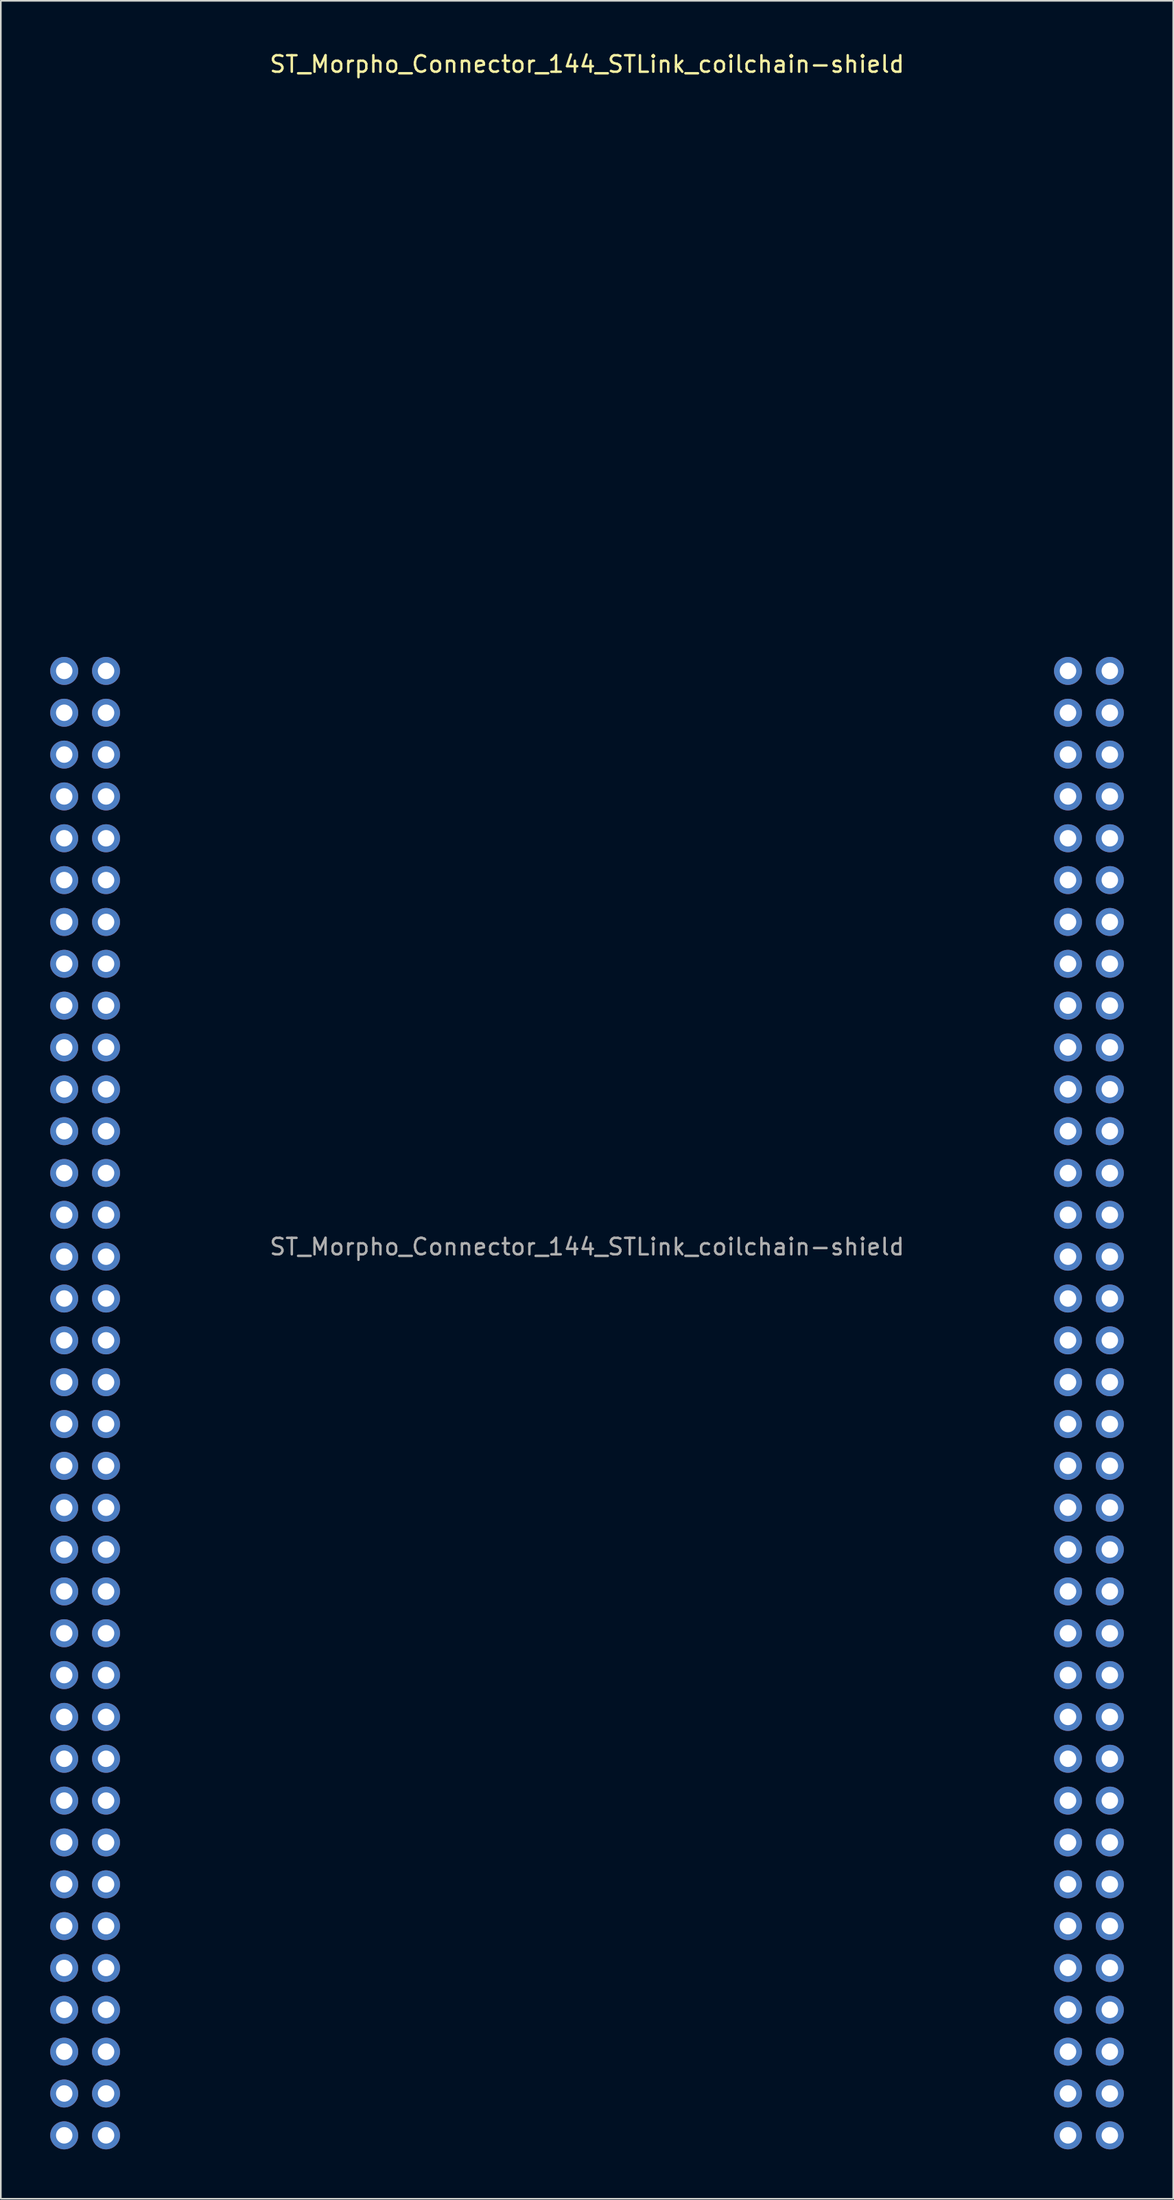
<source format=kicad_pcb>
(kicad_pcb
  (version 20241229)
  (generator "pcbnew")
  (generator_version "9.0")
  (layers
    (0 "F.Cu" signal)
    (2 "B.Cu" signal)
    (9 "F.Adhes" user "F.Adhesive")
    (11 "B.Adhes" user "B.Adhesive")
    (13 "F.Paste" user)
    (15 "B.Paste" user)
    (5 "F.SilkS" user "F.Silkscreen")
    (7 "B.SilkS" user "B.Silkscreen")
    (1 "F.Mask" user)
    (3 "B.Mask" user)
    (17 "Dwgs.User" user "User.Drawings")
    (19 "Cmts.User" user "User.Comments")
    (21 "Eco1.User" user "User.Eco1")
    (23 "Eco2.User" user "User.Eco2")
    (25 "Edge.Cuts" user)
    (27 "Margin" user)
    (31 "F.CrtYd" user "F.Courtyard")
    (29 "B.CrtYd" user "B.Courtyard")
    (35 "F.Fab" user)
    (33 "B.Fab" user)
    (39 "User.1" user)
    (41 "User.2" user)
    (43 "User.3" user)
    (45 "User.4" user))
  (footprint "ST_Morpho_Connector_144_STLink_coilchain-shield"
    (layer "F.Cu")
    (at 0.85 37.678)
    (property "Reference" "ST_Morpho_Connector_144_STLink_coilchain-shield" (at 31.75 -36.83 0) (layer "F.SilkS") (effects (font (size 1 1) (thickness 0.15))))
    (attr through_hole)
    (fp_text user "${REFERENCE}" (at 31.75 34.96 0) (layer "F.Fab") (effects (font (size 1 1) (thickness 0.15))))
    (pad "1" thru_hole circle (at 0 0) (size 1.7 1.7) (drill 1) (layers "*.Cu" "*.Mask"))
    (pad "2" thru_hole circle (at 2.54 0) (size 1.7 1.7) (drill 1) (layers "*.Cu" "*.Mask"))
    (pad "3" thru_hole circle (at 0 2.54) (size 1.7 1.7) (drill 1) (layers "*.Cu" "*.Mask"))
    (pad "4" thru_hole circle (at 2.54 2.54) (size 1.7 1.7) (drill 1) (layers "*.Cu" "*.Mask"))
    (pad "5" thru_hole circle (at 0 5.08) (size 1.7 1.7) (drill 1) (layers "*.Cu" "*.Mask"))
    (pad "6" thru_hole circle (at 2.54 5.08) (size 1.7 1.7) (drill 1) (layers "*.Cu" "*.Mask"))
    (pad "7" thru_hole circle (at 0 7.62) (size 1.7 1.7) (drill 1) (layers "*.Cu" "*.Mask"))
    (pad "8" thru_hole circle (at 2.54 7.62) (size 1.7 1.7) (drill 1) (layers "*.Cu" "*.Mask"))
    (pad "9" thru_hole circle (at 0 10.16) (size 1.7 1.7) (drill 1) (layers "*.Cu" "*.Mask"))
    (pad "10" thru_hole circle (at 2.54 10.16) (size 1.7 1.7) (drill 1) (layers "*.Cu" "*.Mask"))
    (pad "11" thru_hole circle (at 0 12.7) (size 1.7 1.7) (drill 1) (layers "*.Cu" "*.Mask"))
    (pad "12" thru_hole circle (at 2.54 12.7) (size 1.7 1.7) (drill 1) (layers "*.Cu" "*.Mask"))
    (pad "13" thru_hole circle (at 0 15.24) (size 1.7 1.7) (drill 1) (layers "*.Cu" "*.Mask"))
    (pad "14" thru_hole circle (at 2.54 15.24) (size 1.7 1.7) (drill 1) (layers "*.Cu" "*.Mask"))
    (pad "15" thru_hole circle (at 0 17.78) (size 1.7 1.7) (drill 1) (layers "*.Cu" "*.Mask"))
    (pad "16" thru_hole circle (at 2.54 17.78) (size 1.7 1.7) (drill 1) (layers "*.Cu" "*.Mask"))
    (pad "17" thru_hole circle (at 0 20.32) (size 1.7 1.7) (drill 1) (layers "*.Cu" "*.Mask"))
    (pad "18" thru_hole circle (at 2.54 20.32) (size 1.7 1.7) (drill 1) (layers "*.Cu" "*.Mask"))
    (pad "19" thru_hole circle (at 0 22.86) (size 1.7 1.7) (drill 1) (layers "*.Cu" "*.Mask"))
    (pad "20" thru_hole circle (at 2.54 22.86) (size 1.7 1.7) (drill 1) (layers "*.Cu" "*.Mask"))
    (pad "21" thru_hole circle (at 0 25.4) (size 1.7 1.7) (drill 1) (layers "*.Cu" "*.Mask"))
    (pad "22" thru_hole circle (at 2.54 25.4) (size 1.7 1.7) (drill 1) (layers "*.Cu" "*.Mask"))
    (pad "23" thru_hole circle (at 0 27.94) (size 1.7 1.7) (drill 1) (layers "*.Cu" "*.Mask"))
    (pad "24" thru_hole circle (at 2.54 27.94) (size 1.7 1.7) (drill 1) (layers "*.Cu" "*.Mask"))
    (pad "25" thru_hole circle (at 0 30.48) (size 1.7 1.7) (drill 1) (layers "*.Cu" "*.Mask"))
    (pad "26" thru_hole circle (at 2.54 30.48) (size 1.7 1.7) (drill 1) (layers "*.Cu" "*.Mask"))
    (pad "27" thru_hole circle (at 0 33.02) (size 1.7 1.7) (drill 1) (layers "*.Cu" "*.Mask"))
    (pad "28" thru_hole circle (at 2.54 33.02) (size 1.7 1.7) (drill 1) (layers "*.Cu" "*.Mask"))
    (pad "29" thru_hole circle (at 0 35.56) (size 1.7 1.7) (drill 1) (layers "*.Cu" "*.Mask"))
    (pad "30" thru_hole circle (at 2.54 35.56) (size 1.7 1.7) (drill 1) (layers "*.Cu" "*.Mask"))
    (pad "31" thru_hole circle (at 0 38.1) (size 1.7 1.7) (drill 1) (layers "*.Cu" "*.Mask"))
    (pad "32" thru_hole circle (at 2.54 38.1) (size 1.7 1.7) (drill 1) (layers "*.Cu" "*.Mask"))
    (pad "33" thru_hole circle (at 0 40.64) (size 1.7 1.7) (drill 1) (layers "*.Cu" "*.Mask"))
    (pad "34" thru_hole circle (at 2.54 40.64) (size 1.7 1.7) (drill 1) (layers "*.Cu" "*.Mask"))
    (pad "35" thru_hole circle (at 0 43.18) (size 1.7 1.7) (drill 1) (layers "*.Cu" "*.Mask"))
    (pad "36" thru_hole circle (at 2.54 43.18) (size 1.7 1.7) (drill 1) (layers "*.Cu" "*.Mask"))
    (pad "37" thru_hole circle (at 0 45.72) (size 1.7 1.7) (drill 1) (layers "*.Cu" "*.Mask"))
    (pad "38" thru_hole circle (at 2.54 45.72) (size 1.7 1.7) (drill 1) (layers "*.Cu" "*.Mask"))
    (pad "39" thru_hole circle (at 0 48.26) (size 1.7 1.7) (drill 1) (layers "*.Cu" "*.Mask"))
    (pad "40" thru_hole circle (at 2.54 48.26) (size 1.7 1.7) (drill 1) (layers "*.Cu" "*.Mask"))
    (pad "41" thru_hole circle (at 0 50.8) (size 1.7 1.7) (drill 1) (layers "*.Cu" "*.Mask"))
    (pad "42" thru_hole circle (at 2.54 50.8) (size 1.7 1.7) (drill 1) (layers "*.Cu" "*.Mask"))
    (pad "43" thru_hole circle (at 0 53.34) (size 1.7 1.7) (drill 1) (layers "*.Cu" "*.Mask"))
    (pad "44" thru_hole circle (at 2.54 53.34) (size 1.7 1.7) (drill 1) (layers "*.Cu" "*.Mask"))
    (pad "45" thru_hole circle (at 0 55.88) (size 1.7 1.7) (drill 1) (layers "*.Cu" "*.Mask"))
    (pad "46" thru_hole circle (at 2.54 55.88) (size 1.7 1.7) (drill 1) (layers "*.Cu" "*.Mask"))
    (pad "47" thru_hole circle (at 0 58.42) (size 1.7 1.7) (drill 1) (layers "*.Cu" "*.Mask"))
    (pad "48" thru_hole circle (at 2.54 58.42) (size 1.7 1.7) (drill 1) (layers "*.Cu" "*.Mask"))
    (pad "49" thru_hole circle (at 0 60.96) (size 1.7 1.7) (drill 1) (layers "*.Cu" "*.Mask"))
    (pad "50" thru_hole circle (at 2.54 60.96) (size 1.7 1.7) (drill 1) (layers "*.Cu" "*.Mask"))
    (pad "51" thru_hole circle (at 0 63.5) (size 1.7 1.7) (drill 1) (layers "*.Cu" "*.Mask"))
    (pad "52" thru_hole circle (at 2.54 63.5) (size 1.7 1.7) (drill 1) (layers "*.Cu" "*.Mask"))
    (pad "53" thru_hole circle (at 0 66.04) (size 1.7 1.7) (drill 1) (layers "*.Cu" "*.Mask"))
    (pad "54" thru_hole circle (at 2.54 66.04) (size 1.7 1.7) (drill 1) (layers "*.Cu" "*.Mask"))
    (pad "55" thru_hole circle (at 0 68.58) (size 1.7 1.7) (drill 1) (layers "*.Cu" "*.Mask"))
    (pad "56" thru_hole circle (at 2.54 68.58) (size 1.7 1.7) (drill 1) (layers "*.Cu" "*.Mask"))
    (pad "57" thru_hole circle (at 0 71.12) (size 1.7 1.7) (drill 1) (layers "*.Cu" "*.Mask"))
    (pad "58" thru_hole circle (at 2.54 71.12) (size 1.7 1.7) (drill 1) (layers "*.Cu" "*.Mask"))
    (pad "59" thru_hole circle (at 0 73.66) (size 1.7 1.7) (drill 1) (layers "*.Cu" "*.Mask"))
    (pad "60" thru_hole circle (at 2.54 73.66) (size 1.7 1.7) (drill 1) (layers "*.Cu" "*.Mask"))
    (pad "61" thru_hole circle (at 0 76.2) (size 1.7 1.7) (drill 1) (layers "*.Cu" "*.Mask"))
    (pad "62" thru_hole circle (at 2.54 76.2) (size 1.7 1.7) (drill 1) (layers "*.Cu" "*.Mask"))
    (pad "63" thru_hole circle (at 0 78.74) (size 1.7 1.7) (drill 1) (layers "*.Cu" "*.Mask"))
    (pad "64" thru_hole circle (at 2.54 78.74) (size 1.7 1.7) (drill 1) (layers "*.Cu" "*.Mask"))
    (pad "65" thru_hole circle (at 0 81.28) (size 1.7 1.7) (drill 1) (layers "*.Cu" "*.Mask"))
    (pad "66" thru_hole circle (at 2.54 81.28) (size 1.7 1.7) (drill 1) (layers "*.Cu" "*.Mask"))
    (pad "67" thru_hole circle (at 0 83.82) (size 1.7 1.7) (drill 1) (layers "*.Cu" "*.Mask"))
    (pad "68" thru_hole circle (at 2.54 83.82) (size 1.7 1.7) (drill 1) (layers "*.Cu" "*.Mask"))
    (pad "69" thru_hole circle (at 0 86.36) (size 1.7 1.7) (drill 1) (layers "*.Cu" "*.Mask"))
    (pad "70" thru_hole circle (at 2.54 86.36) (size 1.7 1.7) (drill 1) (layers "*.Cu" "*.Mask"))
    (pad "71" thru_hole circle (at 0 88.9) (size 1.7 1.7) (drill 1) (layers "*.Cu" "*.Mask"))
    (pad "72" thru_hole circle (at 2.54 88.9) (size 1.7 1.7) (drill 1) (layers "*.Cu" "*.Mask"))
    (pad "73" thru_hole circle (at 60.96 0) (size 1.7 1.7) (drill 1) (layers "*.Cu" "*.Mask"))
    (pad "74" thru_hole circle (at 63.5 0) (size 1.7 1.7) (drill 1) (layers "*.Cu" "*.Mask"))
    (pad "75" thru_hole circle (at 60.96 2.54) (size 1.7 1.7) (drill 1) (layers "*.Cu" "*.Mask"))
    (pad "76" thru_hole circle (at 63.5 2.54) (size 1.7 1.7) (drill 1) (layers "*.Cu" "*.Mask"))
    (pad "77" thru_hole circle (at 60.96 5.08) (size 1.7 1.7) (drill 1) (layers "*.Cu" "*.Mask"))
    (pad "78" thru_hole circle (at 63.5 5.08) (size 1.7 1.7) (drill 1) (layers "*.Cu" "*.Mask"))
    (pad "79" thru_hole circle (at 60.96 7.62) (size 1.7 1.7) (drill 1) (layers "*.Cu" "*.Mask"))
    (pad "80" thru_hole circle (at 63.5 7.62) (size 1.7 1.7) (drill 1) (layers "*.Cu" "*.Mask"))
    (pad "81" thru_hole circle (at 60.96 10.16) (size 1.7 1.7) (drill 1) (layers "*.Cu" "*.Mask"))
    (pad "82" thru_hole circle (at 63.5 10.16) (size 1.7 1.7) (drill 1) (layers "*.Cu" "*.Mask"))
    (pad "83" thru_hole circle (at 60.96 12.7) (size 1.7 1.7) (drill 1) (layers "*.Cu" "*.Mask"))
    (pad "84" thru_hole circle (at 63.5 12.7) (size 1.7 1.7) (drill 1) (layers "*.Cu" "*.Mask"))
    (pad "85" thru_hole circle (at 60.96 15.24) (size 1.7 1.7) (drill 1) (layers "*.Cu" "*.Mask"))
    (pad "86" thru_hole circle (at 63.5 15.24) (size 1.7 1.7) (drill 1) (layers "*.Cu" "*.Mask"))
    (pad "87" thru_hole circle (at 60.96 17.78) (size 1.7 1.7) (drill 1) (layers "*.Cu" "*.Mask"))
    (pad "88" thru_hole circle (at 63.5 17.78) (size 1.7 1.7) (drill 1) (layers "*.Cu" "*.Mask"))
    (pad "89" thru_hole circle (at 60.96 20.32) (size 1.7 1.7) (drill 1) (layers "*.Cu" "*.Mask"))
    (pad "90" thru_hole circle (at 63.5 20.32) (size 1.7 1.7) (drill 1) (layers "*.Cu" "*.Mask"))
    (pad "91" thru_hole circle (at 60.96 22.86) (size 1.7 1.7) (drill 1) (layers "*.Cu" "*.Mask"))
    (pad "92" thru_hole circle (at 63.5 22.86) (size 1.7 1.7) (drill 1) (layers "*.Cu" "*.Mask"))
    (pad "93" thru_hole circle (at 60.96 25.4) (size 1.7 1.7) (drill 1) (layers "*.Cu" "*.Mask"))
    (pad "94" thru_hole circle (at 63.5 25.4) (size 1.7 1.7) (drill 1) (layers "*.Cu" "*.Mask"))
    (pad "95" thru_hole circle (at 60.96 27.94) (size 1.7 1.7) (drill 1) (layers "*.Cu" "*.Mask"))
    (pad "96" thru_hole circle (at 63.5 27.94) (size 1.7 1.7) (drill 1) (layers "*.Cu" "*.Mask"))
    (pad "97" thru_hole circle (at 60.96 30.48) (size 1.7 1.7) (drill 1) (layers "*.Cu" "*.Mask"))
    (pad "98" thru_hole circle (at 63.5 30.48) (size 1.7 1.7) (drill 1) (layers "*.Cu" "*.Mask"))
    (pad "99" thru_hole circle (at 60.96 33.02) (size 1.7 1.7) (drill 1) (layers "*.Cu" "*.Mask"))
    (pad "100" thru_hole circle (at 63.5 33.02) (size 1.7 1.7) (drill 1) (layers "*.Cu" "*.Mask"))
    (pad "101" thru_hole circle (at 60.96 35.56) (size 1.7 1.7) (drill 1) (layers "*.Cu" "*.Mask"))
    (pad "102" thru_hole circle (at 63.5 35.56) (size 1.7 1.7) (drill 1) (layers "*.Cu" "*.Mask"))
    (pad "103" thru_hole circle (at 60.96 38.1) (size 1.7 1.7) (drill 1) (layers "*.Cu" "*.Mask"))
    (pad "104" thru_hole circle (at 63.5 38.1) (size 1.7 1.7) (drill 1) (layers "*.Cu" "*.Mask"))
    (pad "105" thru_hole circle (at 60.96 40.64) (size 1.7 1.7) (drill 1) (layers "*.Cu" "*.Mask"))
    (pad "106" thru_hole circle (at 63.5 40.64) (size 1.7 1.7) (drill 1) (layers "*.Cu" "*.Mask"))
    (pad "107" thru_hole circle (at 60.96 43.18) (size 1.7 1.7) (drill 1) (layers "*.Cu" "*.Mask"))
    (pad "108" thru_hole circle (at 63.5 43.18) (size 1.7 1.7) (drill 1) (layers "*.Cu" "*.Mask"))
    (pad "109" thru_hole circle (at 60.96 45.72) (size 1.7 1.7) (drill 1) (layers "*.Cu" "*.Mask"))
    (pad "110" thru_hole circle (at 63.5 45.72) (size 1.7 1.7) (drill 1) (layers "*.Cu" "*.Mask"))
    (pad "111" thru_hole circle (at 60.96 48.26) (size 1.7 1.7) (drill 1) (layers "*.Cu" "*.Mask"))
    (pad "112" thru_hole circle (at 63.5 48.26) (size 1.7 1.7) (drill 1) (layers "*.Cu" "*.Mask"))
    (pad "113" thru_hole circle (at 60.96 50.8) (size 1.7 1.7) (drill 1) (layers "*.Cu" "*.Mask"))
    (pad "114" thru_hole circle (at 63.5 50.8) (size 1.7 1.7) (drill 1) (layers "*.Cu" "*.Mask"))
    (pad "115" thru_hole circle (at 60.96 53.34) (size 1.7 1.7) (drill 1) (layers "*.Cu" "*.Mask"))
    (pad "116" thru_hole circle (at 63.5 53.34) (size 1.7 1.7) (drill 1) (layers "*.Cu" "*.Mask"))
    (pad "117" thru_hole circle (at 60.96 55.88) (size 1.7 1.7) (drill 1) (layers "*.Cu" "*.Mask"))
    (pad "118" thru_hole circle (at 63.5 55.88) (size 1.7 1.7) (drill 1) (layers "*.Cu" "*.Mask"))
    (pad "119" thru_hole circle (at 60.96 58.42) (size 1.7 1.7) (drill 1) (layers "*.Cu" "*.Mask"))
    (pad "120" thru_hole circle (at 63.5 58.42) (size 1.7 1.7) (drill 1) (layers "*.Cu" "*.Mask"))
    (pad "121" thru_hole circle (at 60.96 60.96) (size 1.7 1.7) (drill 1) (layers "*.Cu" "*.Mask"))
    (pad "122" thru_hole circle (at 63.5 60.96) (size 1.7 1.7) (drill 1) (layers "*.Cu" "*.Mask"))
    (pad "123" thru_hole circle (at 60.96 63.5) (size 1.7 1.7) (drill 1) (layers "*.Cu" "*.Mask"))
    (pad "124" thru_hole circle (at 63.5 63.5) (size 1.7 1.7) (drill 1) (layers "*.Cu" "*.Mask"))
    (pad "125" thru_hole circle (at 60.96 66.04) (size 1.7 1.7) (drill 1) (layers "*.Cu" "*.Mask"))
    (pad "126" thru_hole circle (at 63.5 66.04) (size 1.7 1.7) (drill 1) (layers "*.Cu" "*.Mask"))
    (pad "127" thru_hole circle (at 60.96 68.58) (size 1.7 1.7) (drill 1) (layers "*.Cu" "*.Mask"))
    (pad "128" thru_hole circle (at 63.5 68.58) (size 1.7 1.7) (drill 1) (layers "*.Cu" "*.Mask"))
    (pad "129" thru_hole circle (at 60.96 71.12) (size 1.7 1.7) (drill 1) (layers "*.Cu" "*.Mask"))
    (pad "130" thru_hole circle (at 63.5 71.12) (size 1.7 1.7) (drill 1) (layers "*.Cu" "*.Mask"))
    (pad "131" thru_hole circle (at 60.96 73.66) (size 1.7 1.7) (drill 1) (layers "*.Cu" "*.Mask"))
    (pad "132" thru_hole circle (at 63.5 73.66) (size 1.7 1.7) (drill 1) (layers "*.Cu" "*.Mask"))
    (pad "133" thru_hole circle (at 60.96 76.2) (size 1.7 1.7) (drill 1) (layers "*.Cu" "*.Mask"))
    (pad "134" thru_hole circle (at 63.5 76.2) (size 1.7 1.7) (drill 1) (layers "*.Cu" "*.Mask"))
    (pad "135" thru_hole circle (at 60.96 78.74) (size 1.7 1.7) (drill 1) (layers "*.Cu" "*.Mask"))
    (pad "136" thru_hole circle (at 63.5 78.74) (size 1.7 1.7) (drill 1) (layers "*.Cu" "*.Mask"))
    (pad "137" thru_hole circle (at 60.96 81.28) (size 1.7 1.7) (drill 1) (layers "*.Cu" "*.Mask"))
    (pad "138" thru_hole circle (at 63.5 81.28) (size 1.7 1.7) (drill 1) (layers "*.Cu" "*.Mask"))
    (pad "139" thru_hole circle (at 60.96 83.82) (size 1.7 1.7) (drill 1) (layers "*.Cu" "*.Mask"))
    (pad "140" thru_hole circle (at 63.5 83.82) (size 1.7 1.7) (drill 1) (layers "*.Cu" "*.Mask"))
    (pad "141" thru_hole circle (at 60.96 86.36) (size 1.7 1.7) (drill 1) (layers "*.Cu" "*.Mask"))
    (pad "142" thru_hole circle (at 63.5 86.36) (size 1.7 1.7) (drill 1) (layers "*.Cu" "*.Mask"))
    (pad "143" thru_hole circle (at 60.96 88.9) (size 1.7 1.7) (drill 1) (layers "*.Cu" "*.Mask"))
    (pad "144" thru_hole circle (at 63.5 88.9) (size 1.7 1.7) (drill 1) (layers "*.Cu" "*.Mask")))
  (gr_rect
    (start -3 -3)
    (end 68.2 130.428)
    (stroke (width 0.1) (type default))
    (fill no)
    (layer "Edge.Cuts")))
</source>
